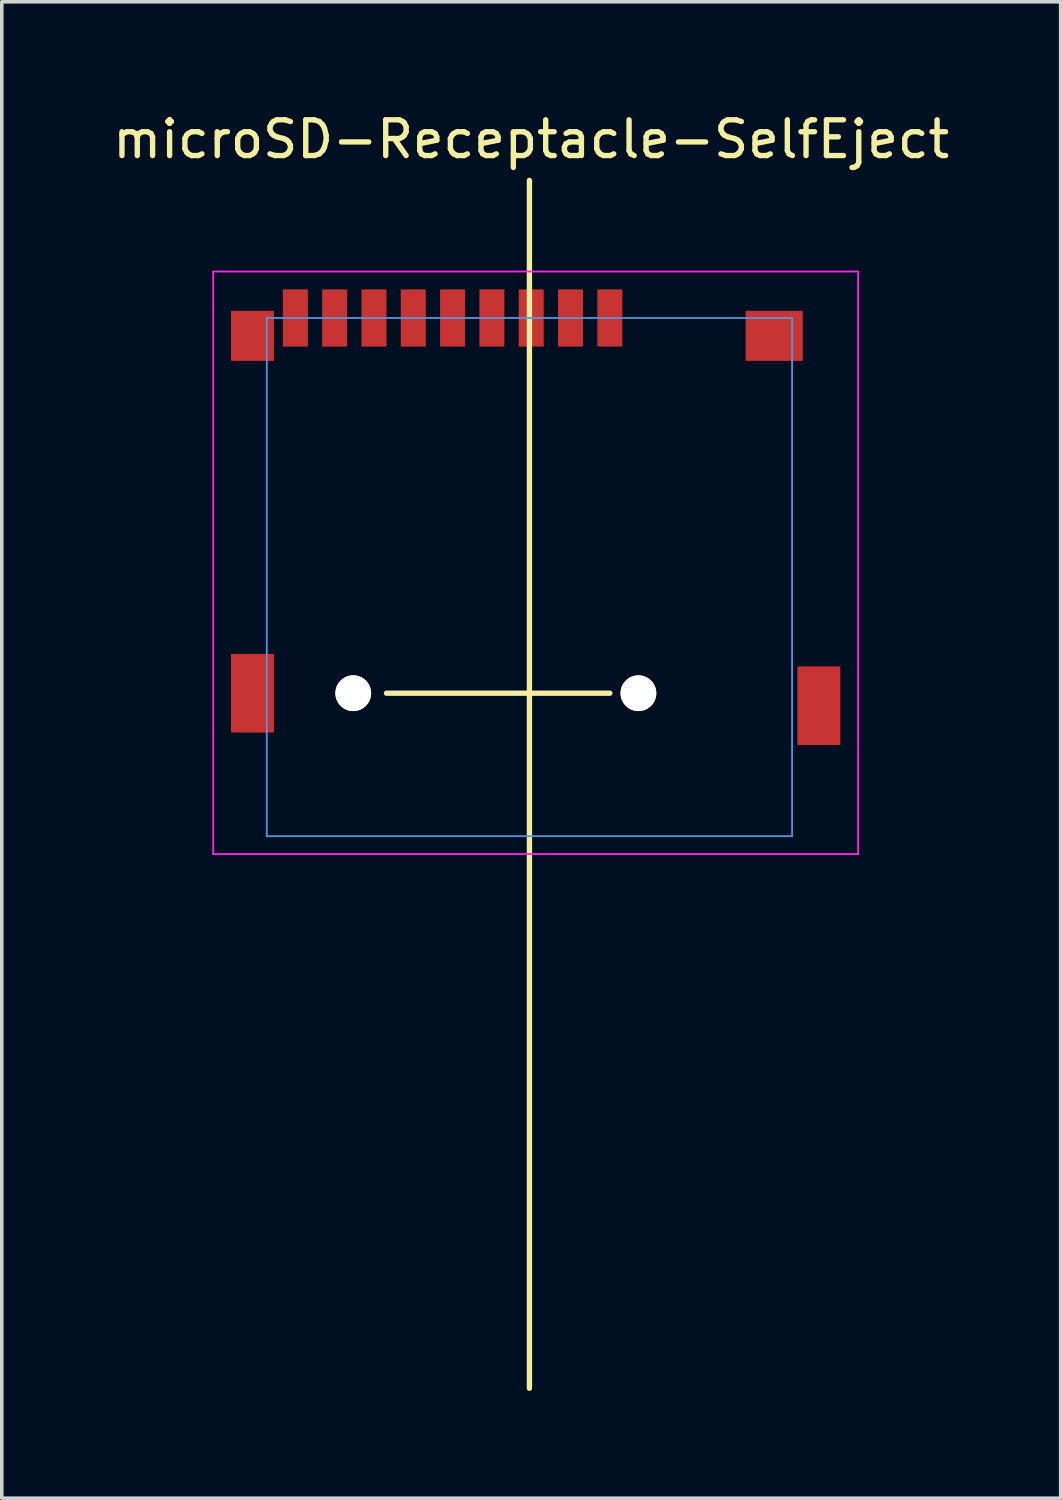
<source format=kicad_pcb>
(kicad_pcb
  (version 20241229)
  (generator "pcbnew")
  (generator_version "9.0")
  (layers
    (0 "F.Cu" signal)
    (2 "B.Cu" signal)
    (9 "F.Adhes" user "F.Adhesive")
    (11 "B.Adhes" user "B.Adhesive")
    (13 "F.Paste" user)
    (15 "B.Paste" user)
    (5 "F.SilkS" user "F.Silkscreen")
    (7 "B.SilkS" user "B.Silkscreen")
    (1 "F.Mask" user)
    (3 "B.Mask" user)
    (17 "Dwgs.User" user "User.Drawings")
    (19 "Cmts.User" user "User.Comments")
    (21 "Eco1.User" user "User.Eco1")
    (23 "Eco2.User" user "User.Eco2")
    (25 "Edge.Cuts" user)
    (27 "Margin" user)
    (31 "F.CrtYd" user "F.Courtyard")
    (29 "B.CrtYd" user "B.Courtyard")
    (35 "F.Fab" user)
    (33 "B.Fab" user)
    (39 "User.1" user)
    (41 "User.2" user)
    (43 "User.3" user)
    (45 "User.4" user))
  (footprint "microSD-Receptacle-SelfEject"
    (layer "F.Cu")
    (at 11.765 5.848)
    (property "Reference" "microSD-Receptacle-SelfEject" (at 0.05 -5 0) (layer "F.SilkS") (effects (font (size 1 1) (thickness 0.15))))
    (attr through_hole)
    (fp_line (start 0 -3.85) (end 0 29.95) (stroke (width 0.15) (type solid)) (layer "F.SilkS"))
    (fp_line (start 2.25 10.5) (end -4 10.5) (stroke (width 0.15) (type solid)) (layer "F.SilkS"))
    (fp_line (start -7.35 0) (end -7.35 14.5) (stroke (width 0.05) (type solid)) (layer "Cmts.User"))
    (fp_line (start -7.35 14.5) (end 7.35 14.5) (stroke (width 0.05) (type solid)) (layer "Cmts.User"))
    (fp_line (start 7.35 0) (end -7.35 0) (stroke (width 0.05) (type solid)) (layer "Cmts.User"))
    (fp_line (start 7.35 14.5) (end 7.35 0) (stroke (width 0.05) (type solid)) (layer "Cmts.User"))
    (fp_line (start -8.85 -1.3) (end -8.85 15) (stroke (width 0.05) (type solid)) (layer "F.CrtYd"))
    (fp_line (start -8.85 15) (end 9.2 15) (stroke (width 0.05) (type solid)) (layer "F.CrtYd"))
    (fp_line (start 9.2 -1.3) (end -8.85 -1.3) (stroke (width 0.05) (type solid)) (layer "F.CrtYd"))
    (fp_line (start 9.2 15) (end 9.2 -1.3) (stroke (width 0.05) (type solid)) (layer "F.CrtYd"))
    (pad "" np_thru_hole circle (at -4.93 10.5 180) (size 1 1) (drill 1) (layers "*.Cu" "*.Mask" "F.SilkS"))
    (pad "" np_thru_hole circle (at 3.05 10.5 180) (size 1 1) (drill 1) (layers "*.Cu" "*.Mask" "F.SilkS"))
    (pad "1" smd rect (at 2.25 0 180) (size 0.7 1.6) (layers "F.Cu" "F.Mask" "F.Paste"))
    (pad "2" smd rect (at 1.15 0 180) (size 0.7 1.6) (layers "F.Cu" "F.Mask" "F.Paste"))
    (pad "3" smd rect (at 0.05 0 180) (size 0.7 1.6) (layers "F.Cu" "F.Mask" "F.Paste"))
    (pad "4" smd rect (at -1.05 0 180) (size 0.7 1.6) (layers "F.Cu" "F.Mask" "F.Paste"))
    (pad "5" smd rect (at -2.15 0 180) (size 0.7 1.6) (layers "F.Cu" "F.Mask" "F.Paste"))
    (pad "6" smd rect (at -3.25 0 180) (size 0.7 1.6) (layers "F.Cu" "F.Mask" "F.Paste"))
    (pad "7" smd rect (at -4.35 0 180) (size 0.7 1.6) (layers "F.Cu" "F.Mask" "F.Paste"))
    (pad "8" smd rect (at -5.45 0 180) (size 0.7 1.6) (layers "F.Cu" "F.Mask" "F.Paste"))
    (pad "Cd" smd rect (at -6.55 0 180) (size 0.7 1.6) (layers "F.Cu" "F.Mask" "F.Paste"))
    (pad "SHLD" smd rect (at -7.75 0.5 180) (size 1.2 1.4) (layers "F.Cu" "F.Mask" "F.Paste"))
    (pad "SHLD" smd rect (at -7.75 10.5 180) (size 1.2 2.2) (layers "F.Cu" "F.Mask" "F.Paste"))
    (pad "SHLD" smd rect (at 6.85 0.5 180) (size 1.6 1.4) (layers "F.Cu" "F.Mask" "F.Paste"))
    (pad "SHLD" smd rect (at 8.1 10.85 180) (size 1.2 2.2) (layers "F.Cu" "F.Mask" "F.Paste")))
  (gr_rect
    (start -3 -3)
    (end 26.631 38.873)
    (stroke (width 0.1) (type default))
    (fill no)
    (layer "Edge.Cuts")))
</source>
